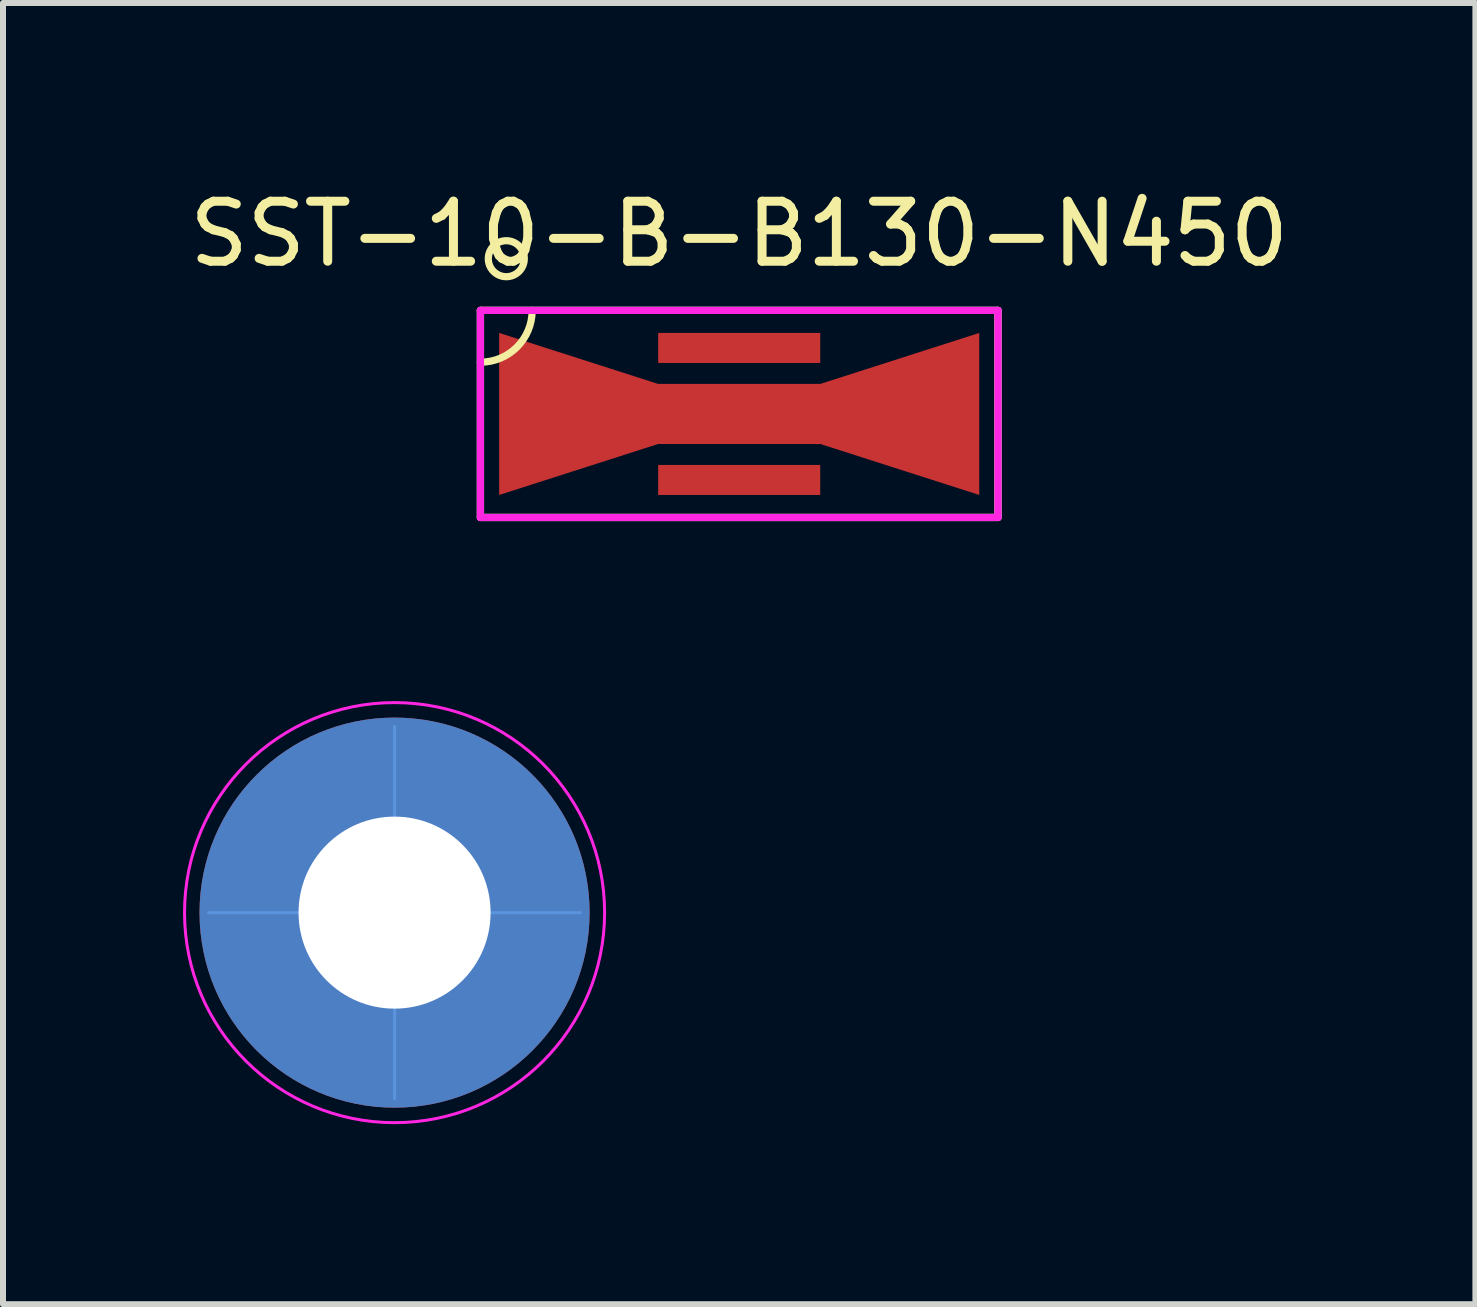
<source format=kicad_pcb>
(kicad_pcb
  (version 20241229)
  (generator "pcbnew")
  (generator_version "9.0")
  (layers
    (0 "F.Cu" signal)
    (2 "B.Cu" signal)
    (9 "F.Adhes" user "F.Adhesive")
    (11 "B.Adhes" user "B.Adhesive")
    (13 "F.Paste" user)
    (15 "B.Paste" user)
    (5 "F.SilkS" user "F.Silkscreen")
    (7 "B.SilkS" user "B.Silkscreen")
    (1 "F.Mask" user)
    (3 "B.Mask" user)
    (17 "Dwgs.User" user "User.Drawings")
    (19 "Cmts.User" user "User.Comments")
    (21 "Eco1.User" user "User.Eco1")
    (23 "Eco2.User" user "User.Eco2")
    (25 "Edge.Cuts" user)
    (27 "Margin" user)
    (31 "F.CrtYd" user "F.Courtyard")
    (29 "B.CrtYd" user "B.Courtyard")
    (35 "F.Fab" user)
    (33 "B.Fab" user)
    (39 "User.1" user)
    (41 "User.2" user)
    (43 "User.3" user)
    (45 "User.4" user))
  (footprint "SST-10-B-B130-N450"
    (layer "F.Cu")
    (at 9.268 3.848)
    (property "Reference" "SST-10-B-B130-N450" (at 0 -3 0) (layer "F.SilkS") (effects (font (size 1 1) (thickness 0.15))))
    (attr smd)
    (fp_line (start -4.312 -1.725) (end 4.312 -1.725) (stroke (width 0.12) (type solid)) (layer "F.SilkS"))
    (fp_line (start -4.312 1.725) (end -4.312 -1.725) (stroke (width 0.12) (type solid)) (layer "F.SilkS"))
    (fp_line (start 4.312 -1.725) (end 4.312 1.725) (stroke (width 0.12) (type solid)) (layer "F.SilkS"))
    (fp_line (start 4.312 1.725) (end -4.312 1.725) (stroke (width 0.12) (type solid)) (layer "F.SilkS"))
    (fp_arc (start -3.45 -1.725) (mid -3.70262 -1.11512) (end -4.3125 -0.8625) (stroke (width 0.12) (type solid)) (layer "F.SilkS"))
    (fp_circle (center -3.881 -2.587) (end -3.581 -2.587) (stroke (width 0.12) (type solid)) (fill no) (layer "F.SilkS"))
    (fp_line (start -4.312 -1.725) (end 4.312 -1.725) (stroke (width 0.12) (type solid)) (layer "F.CrtYd"))
    (fp_line (start -4.312 1.725) (end -4.312 -1.725) (stroke (width 0.12) (type solid)) (layer "F.CrtYd"))
    (fp_line (start 4.312 -1.725) (end 4.312 1.725) (stroke (width 0.12) (type solid)) (layer "F.CrtYd"))
    (fp_line (start 4.312 1.725) (end -4.312 1.725) (stroke (width 0.12) (type solid)) (layer "F.CrtYd"))
    (fp_line (start -4.312 -1.725) (end 4.312 -1.725) (stroke (width 0.12) (type solid)) (layer "F.Fab"))
    (fp_line (start -4.312 1.725) (end -4.312 -1.725) (stroke (width 0.12) (type solid)) (layer "F.Fab"))
    (fp_line (start 4.312 -1.725) (end 4.312 1.725) (stroke (width 0.12) (type solid)) (layer "F.Fab"))
    (fp_line (start 4.312 1.725) (end -4.312 1.725) (stroke (width 0.12) (type solid)) (layer "F.Fab"))
    (pad "1" smd rect (at 0 -1.1) (size 2.7 0.5) (layers "F.Cu" "F.Mask" "F.Paste"))
    (pad "2" smd rect (at 0 1.1) (size 2.7 0.5) (layers "F.Cu" "F.Mask" "F.Paste"))
    (pad "Thermal" smd rect (at 0 0) (size 2.7 1) (layers "F.Cu" "F.Mask" "F.Paste"))
    (pad "Thermal" smd custom (at 0 0) (size 2.7 1) (layers "F.Cu") (options (anchor rect)) (primitives (gr_poly (pts (xy 1.35 0.5) (xy 4 1.35) (xy 4 -1.35) (xy 1.35 -0.5)) (width 0) (fill yes)) (gr_poly (pts (xy -1.35 0.5) (xy -4 1.35) (xy -4 -1.35) (xy -1.35 -0.5)) (width 0) (fill yes)))))
  (footprint "z_MountPTH_3mm"
    (layer "F.Cu")
    (at 3.525 12.158)
    (property "Reference" "z_MountPTH_3mm" (at 0 0.125 0) (layer "F.Fab") (effects (font (size 0.1 0.1) (thickness 0.01))))
    (attr through_hole)
    (fp_line (start -3.1 0) (end 3.1 0) (stroke (width 0.05) (type solid)) (layer "Cmts.User"))
    (fp_line (start 0 -3.1) (end 0 3.1) (stroke (width 0.05) (type solid)) (layer "Cmts.User"))
    (fp_circle (center 0 0) (end 3.5 0) (stroke (width 0.05) (type solid)) (fill no) (layer "F.CrtYd"))
    (fp_text user "${REFERENCE}" (at 0 0 180) (layer "Eco1.User") (effects (font (size 0.3 0.3) (thickness 0.03))))
    (pad "1" thru_hole circle (at 0 0) (size 6.5 6.5) (drill 3.2) (layers "*.Cu" "*.Mask")))
  (gr_rect
    (start -3 -3)
    (end 21.536 18.683)
    (stroke (width 0.1) (type default))
    (fill no)
    (layer "Edge.Cuts")))
</source>
